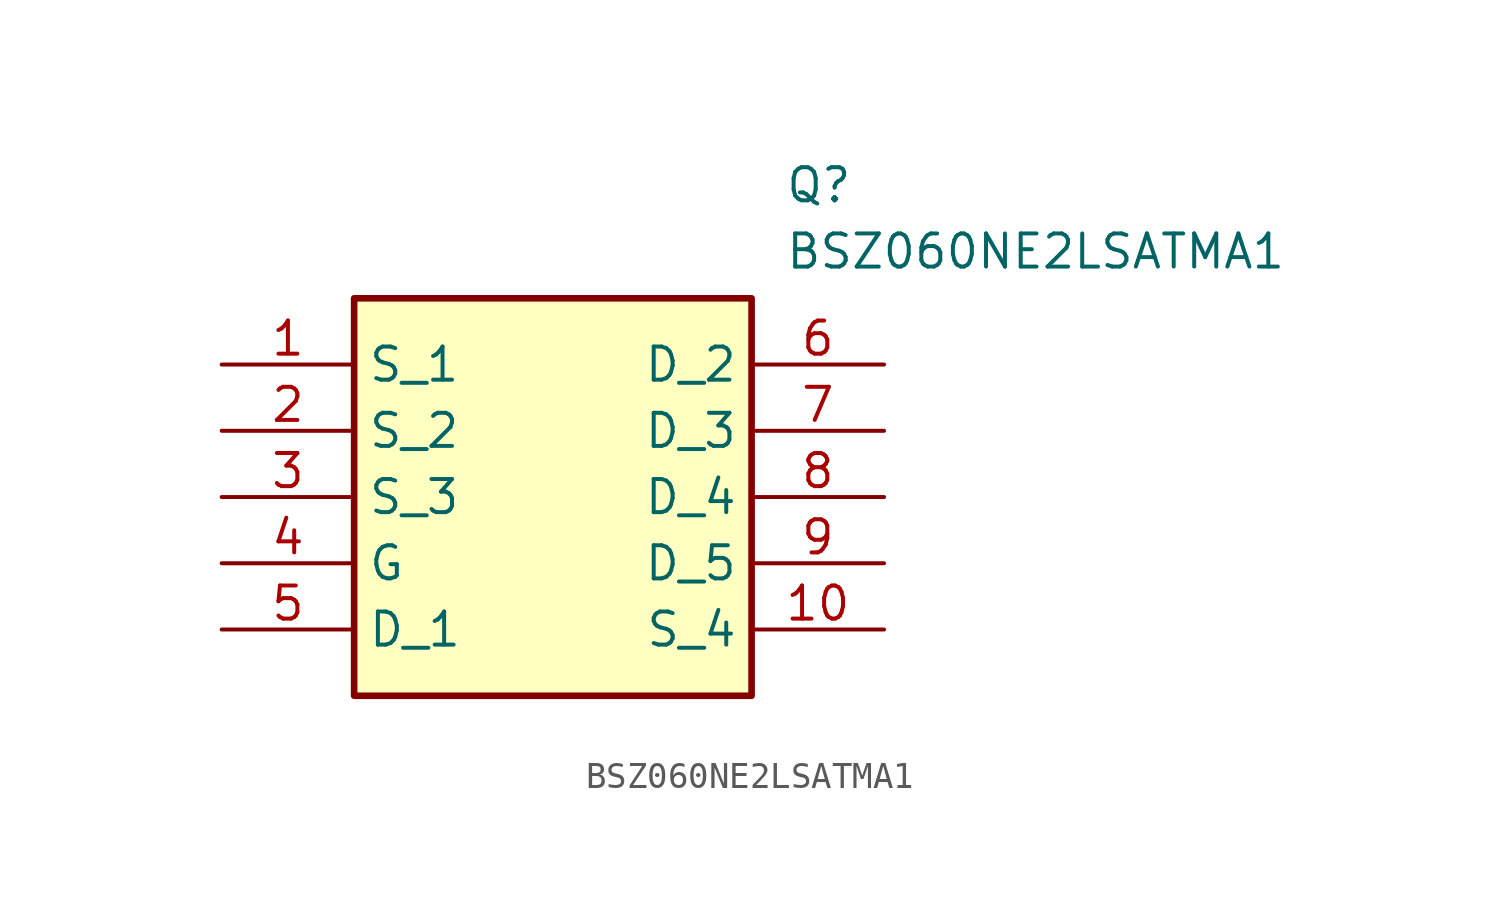
<source format=kicad_sym>
(kicad_symbol_lib
  (version 20211014)
  (generator SamacSys_ECAD_Model)
  (symbol "BSZ060NE2LSATMA1"
    (property "Reference" "Q"
      (at 21.59 7.62 0)
      (effects (font (size 1.27 1.27)) (justify left top)))
    (property "Value" "BSZ060NE2LSATMA1"
      (at 21.59 5.08 0)
      (effects (font (size 1.27 1.27)) (justify left top)))
    (rectangle
      (start 5.08 2.54)
      (end 20.32 -12.7)
      (stroke (width 0.254) (type default))
      (fill (type background)))
    (pin passive line
      (at 0 0 0)
      (length 5.08)
      (name "S_1" (effects (font (size 1.27 1.27))))
      (number "1" (effects (font (size 1.27 1.27)))))
    (pin passive line
      (at 0 -2.54 0)
      (length 5.08)
      (name "S_2" (effects (font (size 1.27 1.27))))
      (number "2" (effects (font (size 1.27 1.27)))))
    (pin passive line
      (at 0 -5.08 0)
      (length 5.08)
      (name "S_3" (effects (font (size 1.27 1.27))))
      (number "3" (effects (font (size 1.27 1.27)))))
    (pin passive line
      (at 0 -7.62 0)
      (length 5.08)
      (name "G" (effects (font (size 1.27 1.27))))
      (number "4" (effects (font (size 1.27 1.27)))))
    (pin passive line
      (at 0 -10.16 0)
      (length 5.08)
      (name "D_1" (effects (font (size 1.27 1.27))))
      (number "5" (effects (font (size 1.27 1.27)))))
    (pin passive line
      (at 25.4 0 180)
      (length 5.08)
      (name "D_2" (effects (font (size 1.27 1.27))))
      (number "6" (effects (font (size 1.27 1.27)))))
    (pin passive line
      (at 25.4 -2.54 180)
      (length 5.08)
      (name "D_3" (effects (font (size 1.27 1.27))))
      (number "7" (effects (font (size 1.27 1.27)))))
    (pin passive line
      (at 25.4 -5.08 180)
      (length 5.08)
      (name "D_4" (effects (font (size 1.27 1.27))))
      (number "8" (effects (font (size 1.27 1.27)))))
    (pin passive line
      (at 25.4 -7.62 180)
      (length 5.08)
      (name "D_5" (effects (font (size 1.27 1.27))))
      (number "9" (effects (font (size 1.27 1.27)))))
    (pin passive line
      (at 25.4 -10.16 180)
      (length 5.08)
      (name "S_4" (effects (font (size 1.27 1.27))))
      (number "10" (effects (font (size 1.27 1.27)))))))
</source>
